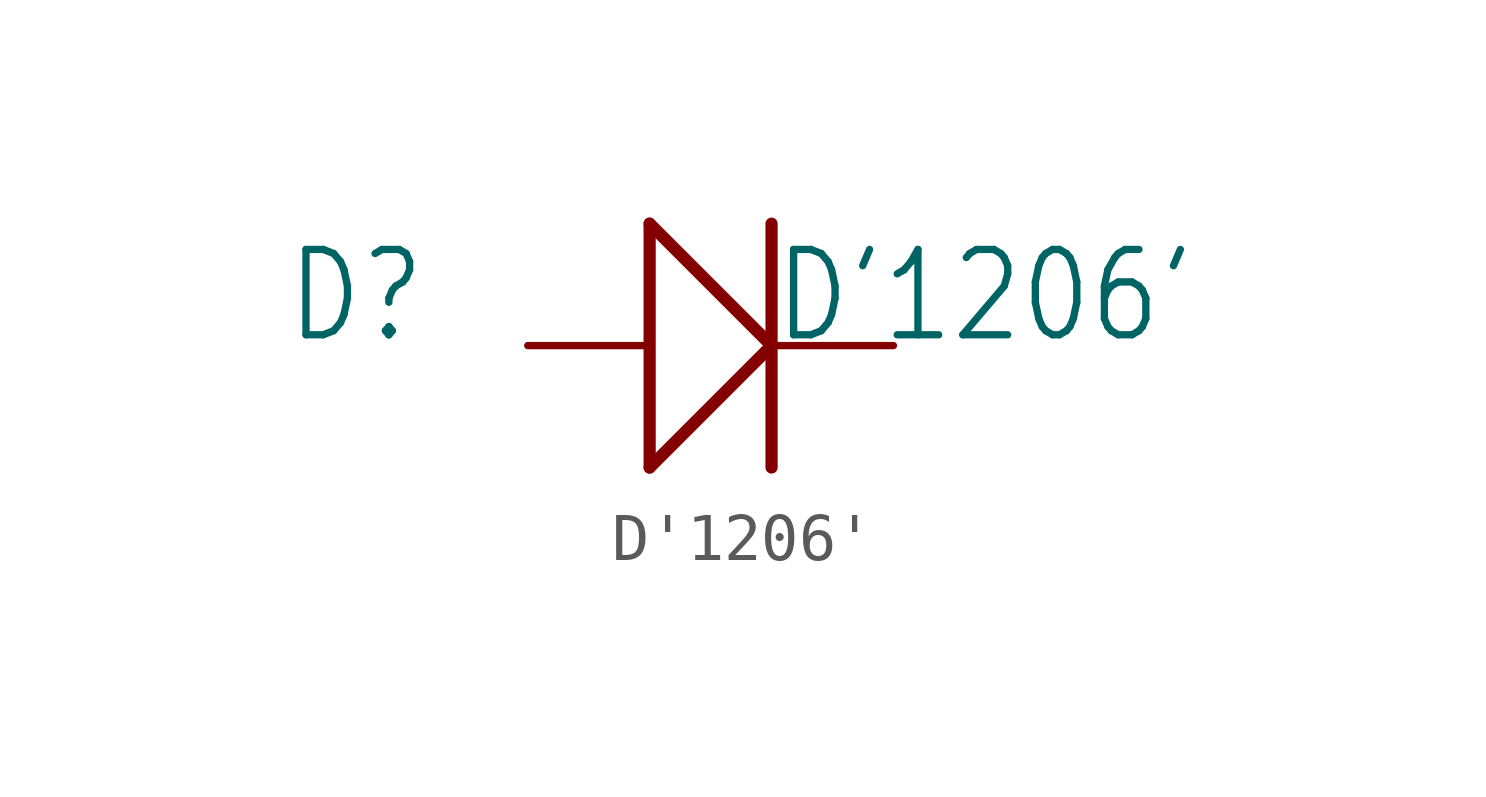
<source format=kicad_sym>
(kicad_symbol_lib
  (version 20211014)
  (generator kicad_symbol_editor)
  (symbol "D'1206'"
    (property "Reference" "D"
      (at -8.89 0 0)
      (effects (font (size 1.778 1.511)) (justify left bottom)))
    (property "Value" "D'1206'"
      (at 1.27 0 0)
      (effects (font (size 1.778 1.511)) (justify left bottom)))
    (property "ki_locked" ""
      (at 0 0 0)
      (effects (font (size 1.27 1.27))))
    (symbol "D'1206'_1_0"
      (polyline (pts (xy -1.27 -2.54) (xy -1.27 2.54)) (stroke (width 0.254) (type default) (color 0 0 0 0)) (fill (type none)))
      (polyline (pts (xy -1.27 -2.54) (xy 1.27 0)) (stroke (width 0.254) (type default) (color 0 0 0 0)) (fill (type none)))
      (polyline (pts (xy -1.27 2.54) (xy 1.27 0)) (stroke (width 0.254) (type default) (color 0 0 0 0)) (fill (type none)))
      (polyline (pts (xy 1.27 2.54) (xy 1.27 -2.54)) (stroke (width 0.254) (type default) (color 0 0 0 0)) (fill (type none)))
      (pin passive line (at -3.81 0 0) (length 2.54) (name "+" (effects (font (size 0 0)))) (number "+" (effects (font (size 0 0)))))
      (pin passive line (at 3.81 0 180) (length 2.54) (name "-" (effects (font (size 0 0)))) (number "-" (effects (font (size 0 0))))))))
</source>
